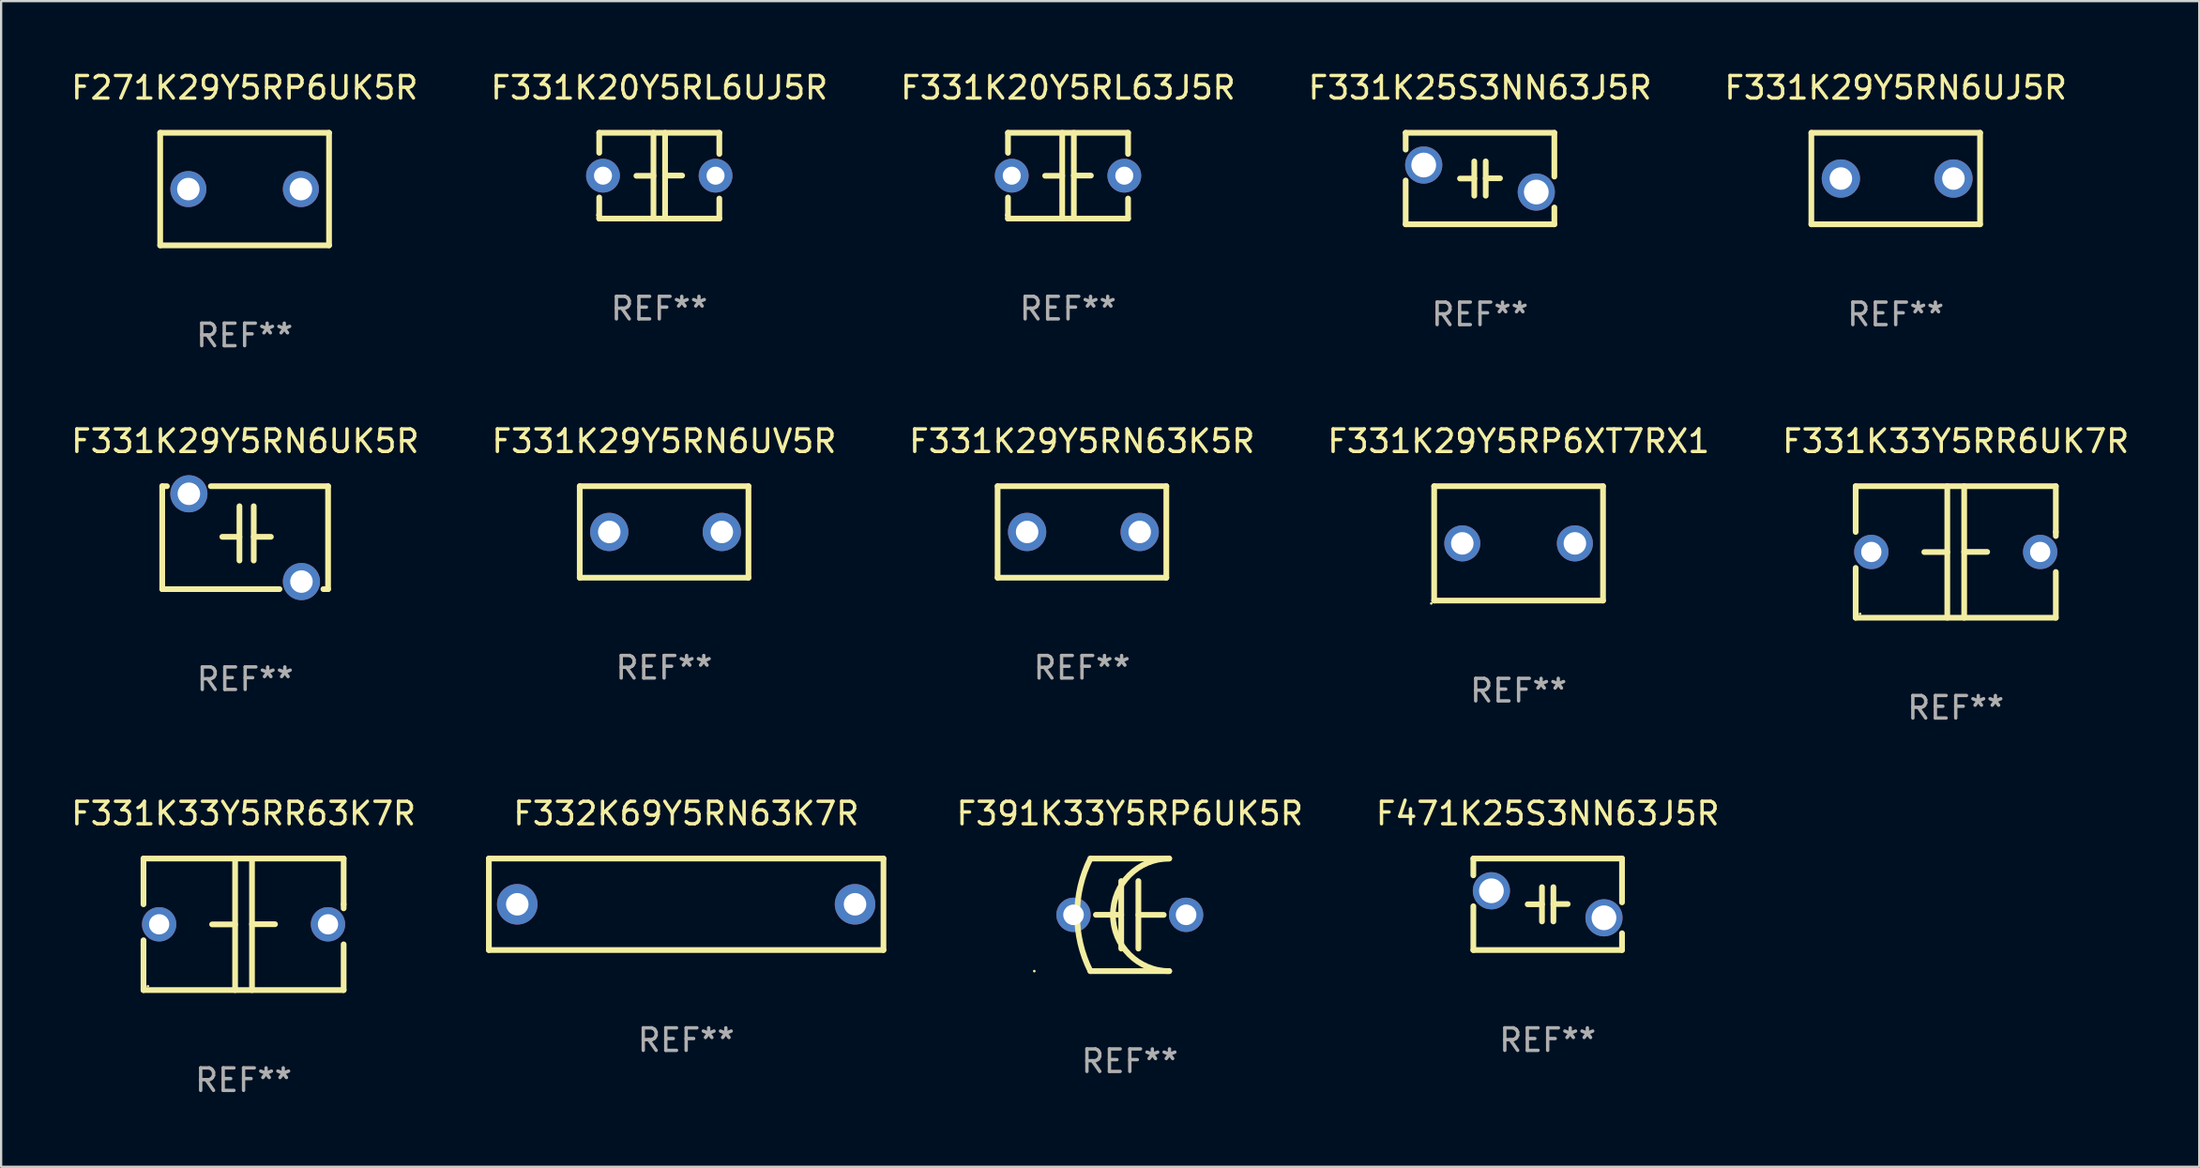
<source format=kicad_pcb>
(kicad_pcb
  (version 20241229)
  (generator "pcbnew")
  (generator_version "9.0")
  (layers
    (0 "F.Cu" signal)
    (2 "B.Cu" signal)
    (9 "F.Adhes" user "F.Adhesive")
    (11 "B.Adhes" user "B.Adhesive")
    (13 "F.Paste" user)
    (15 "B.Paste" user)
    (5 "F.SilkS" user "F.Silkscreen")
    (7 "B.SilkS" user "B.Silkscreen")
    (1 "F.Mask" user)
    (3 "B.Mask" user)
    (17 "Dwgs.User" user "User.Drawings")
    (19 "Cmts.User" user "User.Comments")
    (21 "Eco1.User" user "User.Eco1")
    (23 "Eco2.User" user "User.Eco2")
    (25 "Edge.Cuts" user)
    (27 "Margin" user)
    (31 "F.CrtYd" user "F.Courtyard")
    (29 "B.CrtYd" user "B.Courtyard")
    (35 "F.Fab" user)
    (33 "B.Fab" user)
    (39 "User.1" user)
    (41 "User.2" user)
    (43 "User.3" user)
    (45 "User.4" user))
  (footprint "F391K33Y5RP6UK5R"
    (layer "F.Cu")
    (at 47.131 37.583)
    (property "Reference" "F391K33Y5RP6UK5R" (at 0 -4.5 0) (layer "F.SilkS") (effects (font (size 1 1) (thickness 0.15))))
    (attr through_hole)
    (fp_line (start -1.75 -2.5) (end 1.75 -2.5) (stroke (width 0.254) (type solid)) (layer "F.SilkS"))
    (fp_line (start -0.381 -1.5) (end -0.381 1.5) (stroke (width 0.254) (type solid)) (layer "F.SilkS"))
    (fp_line (start -0.381 -0.001) (end -1.507 -0.001) (stroke (width 0.254) (type solid)) (layer "F.SilkS"))
    (fp_line (start 0.381 0.001) (end 1.507 0.001) (stroke (width 0.254) (type solid)) (layer "F.SilkS"))
    (fp_line (start 0.381 1.5) (end 0.381 -1.5) (stroke (width 0.254) (type solid)) (layer "F.SilkS"))
    (fp_line (start 1.75 2.5) (end -1.75 2.5) (stroke (width 0.254) (type solid)) (layer "F.SilkS"))
    (fp_arc (start -1.750191 2.499365) (mid -2.340267 -0.000324) (end -1.75014 -2.5) (stroke (width 0.254001) (type solid)) (layer "F.SilkS"))
    (fp_arc (start 1.749886 2.5) (mid -0.749733 0.000293) (end 1.749936 -2.499364) (stroke (width 0.254001) (type solid)) (layer "F.SilkS"))
    (fp_circle (center -4.242 2.5) (end -4.212 2.5) (stroke (width 0.06) (type solid)) (fill no) (layer "F.SilkS"))
    (fp_text user "REF**" (at 0 6.5 0) (layer "F.Fab") (effects (font (size 1 1) (thickness 0.15))))
    (pad "1" thru_hole circle (at -2.5 0) (size 1.524 1.524) (drill 0.914) (layers "*.Cu" "*.Mask"))
    (pad "2" thru_hole circle (at 2.5 0) (size 1.524 1.524) (drill 0.914) (layers "*.Cu" "*.Mask")))
  (footprint "F331K29Y5RN6UJ5R"
    (layer "F.Cu")
    (at 81.149 4.88)
    (property "Reference" "F331K29Y5RN6UJ5R" (at 0 -4.032 0) (layer "F.SilkS") (effects (font (size 1 1) (thickness 0.15))))
    (attr through_hole)
    (fp_line (start -3.747 -2.032) (end -3.747 2.032) (stroke (width 0.254) (type solid)) (layer "F.SilkS"))
    (fp_line (start -3.747 2.032) (end 3.747 2.032) (stroke (width 0.254) (type solid)) (layer "F.SilkS"))
    (fp_line (start 3.747 -2.032) (end -3.747 -2.032) (stroke (width 0.254) (type solid)) (layer "F.SilkS"))
    (fp_line (start 3.747 2.032) (end 3.747 -2.032) (stroke (width 0.254) (type solid)) (layer "F.SilkS"))
    (fp_circle (center -3.687 2) (end -3.657 2) (stroke (width 0.06) (type solid)) (fill no) (layer "F.SilkS"))
    (fp_text user "REF**" (at 0 6.032 0) (layer "F.Fab") (effects (font (size 1 1) (thickness 0.15))))
    (pad "1" thru_hole circle (at -2.436 0) (size 1.7 1.7) (drill 1) (layers "*.Cu" "*.Mask"))
    (pad "2" thru_hole circle (at 2.564 0) (size 1.7 1.7) (drill 1) (layers "*.Cu" "*.Mask")))
  (footprint "F332K69Y5RN63K7R"
    (layer "F.Cu")
    (at 27.426 37.115)
    (property "Reference" "F332K69Y5RN63K7R" (at 0 -4.032 0) (layer "F.SilkS") (effects (font (size 1 1) (thickness 0.15))))
    (attr through_hole)
    (fp_line (start -8.763 -2.032) (end 8.763 -2.032) (stroke (width 0.254) (type solid)) (layer "F.SilkS"))
    (fp_line (start -8.763 2.032) (end -8.763 -2.032) (stroke (width 0.254) (type solid)) (layer "F.SilkS"))
    (fp_line (start 8.763 -2.032) (end 8.763 2.032) (stroke (width 0.254) (type solid)) (layer "F.SilkS"))
    (fp_line (start 8.763 2.032) (end -8.763 2.032) (stroke (width 0.254) (type solid)) (layer "F.SilkS"))
    (fp_circle (center -8.75 2) (end -8.72 2) (stroke (width 0.06) (type solid)) (fill no) (layer "F.SilkS"))
    (fp_text user "REF**" (at 0 6.032 0) (layer "F.Fab") (effects (font (size 1 1) (thickness 0.15))))
    (pad "1" thru_hole circle (at -7.501 0) (size 1.8 1.8) (drill 1) (layers "*.Cu" "*.Mask"))
    (pad "2" thru_hole circle (at 7.501 0) (size 1.8 1.8) (drill 1) (layers "*.Cu" "*.Mask")))
  (footprint "F331K20Y5RL63J5R"
    (layer "F.Cu")
    (at 44.387 4.753)
    (property "Reference" "F331K20Y5RL63J5R" (at 0 -3.905 0) (layer "F.SilkS") (effects (font (size 1 1) (thickness 0.15))))
    (attr through_hole)
    (fp_line (start -2.667 -1.905) (end -2.667 -1.016) (stroke (width 0.254) (type solid)) (layer "F.SilkS"))
    (fp_line (start -2.667 0.967) (end -2.667 1.905) (stroke (width 0.254) (type solid)) (layer "F.SilkS"))
    (fp_line (start -2.667 1.905) (end 2.667 1.905) (stroke (width 0.254) (type solid)) (layer "F.SilkS"))
    (fp_line (start -0.258 0.005) (end -1.016 0.005) (stroke (width 0.254) (type solid)) (layer "F.SilkS"))
    (fp_line (start -0.258 1.905) (end -0.258 -1.905) (stroke (width 0.254) (type solid)) (layer "F.SilkS"))
    (fp_line (start 0.258 -1.905) (end 0.258 1.905) (stroke (width 0.254) (type solid)) (layer "F.SilkS"))
    (fp_line (start 0.258 -0.005) (end 1.016 -0.005) (stroke (width 0.254) (type solid)) (layer "F.SilkS"))
    (fp_line (start 2.667 -1.905) (end -2.667 -1.905) (stroke (width 0.254) (type solid)) (layer "F.SilkS"))
    (fp_line (start 2.667 -0.967) (end 2.667 -1.905) (stroke (width 0.254) (type solid)) (layer "F.SilkS"))
    (fp_line (start 2.667 1.905) (end 2.667 1.016) (stroke (width 0.254) (type solid)) (layer "F.SilkS"))
    (fp_circle (center -2.75 1.75) (end -2.72 1.75) (stroke (width 0.06) (type solid)) (fill no) (layer "F.SilkS"))
    (fp_text user "REF**" (at 0 5.905 0) (layer "F.Fab") (effects (font (size 1 1) (thickness 0.15))))
    (pad "1" thru_hole circle (at -2.5 0) (size 1.5 1.5) (drill 0.8) (layers "*.Cu" "*.Mask"))
    (pad "2" thru_hole circle (at 2.5 0) (size 1.5 1.5) (drill 0.8) (layers "*.Cu" "*.Mask")))
  (footprint "F331K33Y5RR63K7R"
    (layer "F.Cu")
    (at 7.768 38.004)
    (property "Reference" "F331K33Y5RR63K7R" (at 0 -4.921 0) (layer "F.SilkS") (effects (font (size 1 1) (thickness 0.15))))
    (attr through_hole)
    (fp_line (start -4.445 -2.921) (end 4.445 -2.921) (stroke (width 0.254) (type solid)) (layer "F.SilkS"))
    (fp_line (start -4.445 -0.889) (end -4.445 -2.921) (stroke (width 0.254) (type solid)) (layer "F.SilkS"))
    (fp_line (start -4.445 0.889) (end -4.445 0.708) (stroke (width 0.254) (type solid)) (layer "F.SilkS"))
    (fp_line (start -4.445 2.921) (end -4.445 0.889) (stroke (width 0.254) (type solid)) (layer "F.SilkS"))
    (fp_line (start -0.375 0.004) (end -1.397 0.004) (stroke (width 0.254) (type solid)) (layer "F.SilkS"))
    (fp_line (start -0.375 2.921) (end -0.375 -2.921) (stroke (width 0.254) (type solid)) (layer "F.SilkS"))
    (fp_line (start 0.375 -2.921) (end 0.375 2.921) (stroke (width 0.254) (type solid)) (layer "F.SilkS"))
    (fp_line (start 0.375 -0.004) (end 1.397 -0.004) (stroke (width 0.254) (type solid)) (layer "F.SilkS"))
    (fp_line (start 4.445 -2.921) (end 4.445 -0.889) (stroke (width 0.254) (type solid)) (layer "F.SilkS"))
    (fp_line (start 4.445 -0.889) (end 4.445 -0.708) (stroke (width 0.254) (type solid)) (layer "F.SilkS"))
    (fp_line (start 4.445 0.889) (end 4.445 2.921) (stroke (width 0.254) (type solid)) (layer "F.SilkS"))
    (fp_line (start 4.445 2.921) (end -4.445 2.921) (stroke (width 0.254) (type solid)) (layer "F.SilkS"))
    (fp_circle (center -4.25 2.75) (end -4.22 2.75) (stroke (width 0.06) (type solid)) (fill no) (layer "F.SilkS"))
    (fp_text user "REF**" (at 0 6.921 0) (layer "F.Fab") (effects (font (size 1 1) (thickness 0.15))))
    (pad "1" thru_hole circle (at -3.75 0) (size 1.524 1.524) (drill 0.9) (layers "*.Cu" "*.Mask"))
    (pad "2" thru_hole circle (at 3.75 0) (size 1.524 1.524) (drill 0.9) (layers "*.Cu" "*.Mask")))
  (footprint "F331K29Y5RN6UV5R"
    (layer "F.Cu")
    (at 26.446 20.577)
    (property "Reference" "F331K29Y5RN6UV5R" (at 0 -4.032 0) (layer "F.SilkS") (effects (font (size 1 1) (thickness 0.15))))
    (attr through_hole)
    (fp_line (start -3.747 -2.032) (end -3.747 2.032) (stroke (width 0.254) (type solid)) (layer "F.SilkS"))
    (fp_line (start -3.747 2.032) (end 3.747 2.032) (stroke (width 0.254) (type solid)) (layer "F.SilkS"))
    (fp_line (start 3.747 -2.032) (end -3.747 -2.032) (stroke (width 0.254) (type solid)) (layer "F.SilkS"))
    (fp_line (start 3.747 2.032) (end 3.747 -2.032) (stroke (width 0.254) (type solid)) (layer "F.SilkS"))
    (fp_circle (center -3.687 2) (end -3.657 2) (stroke (width 0.06) (type solid)) (fill no) (layer "F.SilkS"))
    (fp_text user "REF**" (at 0 6.032 0) (layer "F.Fab") (effects (font (size 1 1) (thickness 0.15))))
    (pad "1" thru_hole circle (at -2.436 0) (size 1.7 1.7) (drill 1) (layers "*.Cu" "*.Mask"))
    (pad "2" thru_hole circle (at 2.564 0) (size 1.7 1.7) (drill 1) (layers "*.Cu" "*.Mask")))
  (footprint "F331K25S3NN63J5R"
    (layer "F.Cu")
    (at 62.685 4.88)
    (property "Reference" "F331K25S3NN63J5R" (at 0 -4.032 0) (layer "F.SilkS") (effects (font (size 1 1) (thickness 0.15))))
    (attr through_hole)
    (fp_line (start -3.302 -2.032) (end 3.302 -2.032) (stroke (width 0.254) (type solid)) (layer "F.SilkS"))
    (fp_line (start -3.302 -1.286) (end -3.302 -2.032) (stroke (width 0.254) (type solid)) (layer "F.SilkS"))
    (fp_line (start -3.302 2.032) (end -3.302 0.086) (stroke (width 0.254) (type solid)) (layer "F.SilkS"))
    (fp_line (start -0.889 0) (end -0.254 0) (stroke (width 0.254) (type solid)) (layer "F.SilkS"))
    (fp_line (start -0.254 0.762) (end -0.254 -0.762) (stroke (width 0.254) (type solid)) (layer "F.SilkS"))
    (fp_line (start 0.254 -0.011) (end 0.889 -0.011) (stroke (width 0.254) (type solid)) (layer "F.SilkS"))
    (fp_line (start 0.254 0.762) (end 0.254 -0.762) (stroke (width 0.254) (type solid)) (layer "F.SilkS"))
    (fp_line (start 3.302 -2.032) (end 3.302 -0.086) (stroke (width 0.254) (type solid)) (layer "F.SilkS"))
    (fp_line (start 3.302 1.286) (end 3.302 2.032) (stroke (width 0.254) (type solid)) (layer "F.SilkS"))
    (fp_line (start 3.302 2.032) (end -3.302 2.032) (stroke (width 0.254) (type solid)) (layer "F.SilkS"))
    (fp_circle (center -3.25 -2) (end -3.22 -2) (stroke (width 0.06) (type solid)) (fill no) (layer "F.SilkS"))
    (fp_text user "REF**" (at 0 6.032 0) (layer "F.Fab") (effects (font (size 1 1) (thickness 0.15))))
    (pad "1" thru_hole circle (at -2.5 -0.6) (size 1.65 1.65) (drill 1.1) (layers "*.Cu" "*.Mask"))
    (pad "2" thru_hole circle (at 2.5 0.6) (size 1.65 1.65) (drill 1.1) (layers "*.Cu" "*.Mask")))
  (footprint "F331K20Y5RL6UJ5R"
    (layer "F.Cu")
    (at 26.232 4.753)
    (property "Reference" "F331K20Y5RL6UJ5R" (at 0 -3.905 0) (layer "F.SilkS") (effects (font (size 1 1) (thickness 0.15))))
    (attr through_hole)
    (fp_line (start -2.667 -1.905) (end -2.667 -1.016) (stroke (width 0.254) (type solid)) (layer "F.SilkS"))
    (fp_line (start -2.667 0.967) (end -2.667 1.905) (stroke (width 0.254) (type solid)) (layer "F.SilkS"))
    (fp_line (start -2.667 1.905) (end 2.667 1.905) (stroke (width 0.254) (type solid)) (layer "F.SilkS"))
    (fp_line (start -0.258 0.005) (end -1.016 0.005) (stroke (width 0.254) (type solid)) (layer "F.SilkS"))
    (fp_line (start -0.258 1.905) (end -0.258 -1.905) (stroke (width 0.254) (type solid)) (layer "F.SilkS"))
    (fp_line (start 0.258 -1.905) (end 0.258 1.905) (stroke (width 0.254) (type solid)) (layer "F.SilkS"))
    (fp_line (start 0.258 -0.005) (end 1.016 -0.005) (stroke (width 0.254) (type solid)) (layer "F.SilkS"))
    (fp_line (start 2.667 -1.905) (end -2.667 -1.905) (stroke (width 0.254) (type solid)) (layer "F.SilkS"))
    (fp_line (start 2.667 -0.967) (end 2.667 -1.905) (stroke (width 0.254) (type solid)) (layer "F.SilkS"))
    (fp_line (start 2.667 1.905) (end 2.667 1.016) (stroke (width 0.254) (type solid)) (layer "F.SilkS"))
    (fp_circle (center -2.75 1.75) (end -2.72 1.75) (stroke (width 0.06) (type solid)) (fill no) (layer "F.SilkS"))
    (fp_text user "REF**" (at 0 5.905 0) (layer "F.Fab") (effects (font (size 1 1) (thickness 0.15))))
    (pad "1" thru_hole circle (at -2.5 0) (size 1.5 1.5) (drill 0.8) (layers "*.Cu" "*.Mask"))
    (pad "2" thru_hole circle (at 2.5 0) (size 1.5 1.5) (drill 0.8) (layers "*.Cu" "*.Mask")))
  (footprint "F331K29Y5RP6XT7RX1"
    (layer "F.Cu")
    (at 64.399 21.085)
    (property "Reference" "F331K29Y5RP6XT7RX1" (at 0 -4.54 0) (layer "F.SilkS") (effects (font (size 1 1) (thickness 0.15))))
    (attr through_hole)
    (fp_line (start -3.75 -2.54) (end 3.75 -2.54) (stroke (width 0.254) (type solid)) (layer "F.SilkS"))
    (fp_line (start -3.75 2.54) (end -3.75 -2.54) (stroke (width 0.254) (type solid)) (layer "F.SilkS"))
    (fp_line (start 3.75 -2.54) (end 3.75 2.54) (stroke (width 0.254) (type solid)) (layer "F.SilkS"))
    (fp_line (start 3.75 2.54) (end -3.75 2.54) (stroke (width 0.254) (type solid)) (layer "F.SilkS"))
    (fp_circle (center -3.877 2.667) (end -3.847 2.667) (stroke (width 0.06) (type solid)) (fill no) (layer "F.SilkS"))
    (fp_text user "REF**" (at 0 6.54 0) (layer "F.Fab") (effects (font (size 1 1) (thickness 0.15))))
    (pad "1" thru_hole circle (at -2.5 0) (size 1.6 1.6) (drill 1) (layers "*.Cu" "*.Mask"))
    (pad "2" thru_hole circle (at 2.5 0) (size 1.6 1.6) (drill 1) (layers "*.Cu" "*.Mask")))
  (footprint "F471K25S3NN63J5R"
    (layer "F.Cu")
    (at 65.691 37.115)
    (property "Reference" "F471K25S3NN63J5R" (at 0 -4.032 0) (layer "F.SilkS") (effects (font (size 1 1) (thickness 0.15))))
    (attr through_hole)
    (fp_line (start -3.302 -2.032) (end 3.302 -2.032) (stroke (width 0.254) (type solid)) (layer "F.SilkS"))
    (fp_line (start -3.302 -1.286) (end -3.302 -2.032) (stroke (width 0.254) (type solid)) (layer "F.SilkS"))
    (fp_line (start -3.302 2.032) (end -3.302 0.086) (stroke (width 0.254) (type solid)) (layer "F.SilkS"))
    (fp_line (start -0.889 0) (end -0.254 0) (stroke (width 0.254) (type solid)) (layer "F.SilkS"))
    (fp_line (start -0.254 0.762) (end -0.254 -0.762) (stroke (width 0.254) (type solid)) (layer "F.SilkS"))
    (fp_line (start 0.254 -0.011) (end 0.889 -0.011) (stroke (width 0.254) (type solid)) (layer "F.SilkS"))
    (fp_line (start 0.254 0.762) (end 0.254 -0.762) (stroke (width 0.254) (type solid)) (layer "F.SilkS"))
    (fp_line (start 3.302 -2.032) (end 3.302 -0.086) (stroke (width 0.254) (type solid)) (layer "F.SilkS"))
    (fp_line (start 3.302 1.286) (end 3.302 2.032) (stroke (width 0.254) (type solid)) (layer "F.SilkS"))
    (fp_line (start 3.302 2.032) (end -3.302 2.032) (stroke (width 0.254) (type solid)) (layer "F.SilkS"))
    (fp_circle (center -3.25 -2) (end -3.22 -2) (stroke (width 0.06) (type solid)) (fill no) (layer "F.SilkS"))
    (fp_text user "REF**" (at 0 6.032 0) (layer "F.Fab") (effects (font (size 1 1) (thickness 0.15))))
    (pad "1" thru_hole circle (at -2.5 -0.6) (size 1.65 1.65) (drill 1.1) (layers "*.Cu" "*.Mask"))
    (pad "2" thru_hole circle (at 2.5 0.6) (size 1.65 1.65) (drill 1.1) (layers "*.Cu" "*.Mask")))
  (footprint "F331K29Y5RN63K5R"
    (layer "F.Cu")
    (at 45.006 20.577)
    (property "Reference" "F331K29Y5RN63K5R" (at 0 -4.032 0) (layer "F.SilkS") (effects (font (size 1 1) (thickness 0.15))))
    (attr through_hole)
    (fp_line (start -3.747 -2.032) (end -3.747 2.032) (stroke (width 0.254) (type solid)) (layer "F.SilkS"))
    (fp_line (start -3.747 2.032) (end 3.747 2.032) (stroke (width 0.254) (type solid)) (layer "F.SilkS"))
    (fp_line (start 3.747 -2.032) (end -3.747 -2.032) (stroke (width 0.254) (type solid)) (layer "F.SilkS"))
    (fp_line (start 3.747 2.032) (end 3.747 -2.032) (stroke (width 0.254) (type solid)) (layer "F.SilkS"))
    (fp_circle (center -3.687 2) (end -3.657 2) (stroke (width 0.06) (type solid)) (fill no) (layer "F.SilkS"))
    (fp_text user "REF**" (at 0 6.032 0) (layer "F.Fab") (effects (font (size 1 1) (thickness 0.15))))
    (pad "1" thru_hole circle (at -2.436 0) (size 1.7 1.7) (drill 1) (layers "*.Cu" "*.Mask"))
    (pad "2" thru_hole circle (at 2.564 0) (size 1.7 1.7) (drill 1) (layers "*.Cu" "*.Mask")))
  (footprint "F331K33Y5RR6UK7R"
    (layer "F.Cu")
    (at 83.815 21.466)
    (property "Reference" "F331K33Y5RR6UK7R" (at 0 -4.921 0) (layer "F.SilkS") (effects (font (size 1 1) (thickness 0.15))))
    (attr through_hole)
    (fp_line (start -4.445 -2.921) (end 4.445 -2.921) (stroke (width 0.254) (type solid)) (layer "F.SilkS"))
    (fp_line (start -4.445 -0.889) (end -4.445 -2.921) (stroke (width 0.254) (type solid)) (layer "F.SilkS"))
    (fp_line (start -4.445 0.889) (end -4.445 0.708) (stroke (width 0.254) (type solid)) (layer "F.SilkS"))
    (fp_line (start -4.445 2.921) (end -4.445 0.889) (stroke (width 0.254) (type solid)) (layer "F.SilkS"))
    (fp_line (start -0.375 0.004) (end -1.397 0.004) (stroke (width 0.254) (type solid)) (layer "F.SilkS"))
    (fp_line (start -0.375 2.921) (end -0.375 -2.921) (stroke (width 0.254) (type solid)) (layer "F.SilkS"))
    (fp_line (start 0.375 -2.921) (end 0.375 2.921) (stroke (width 0.254) (type solid)) (layer "F.SilkS"))
    (fp_line (start 0.375 -0.004) (end 1.397 -0.004) (stroke (width 0.254) (type solid)) (layer "F.SilkS"))
    (fp_line (start 4.445 -2.921) (end 4.445 -0.889) (stroke (width 0.254) (type solid)) (layer "F.SilkS"))
    (fp_line (start 4.445 -0.889) (end 4.445 -0.708) (stroke (width 0.254) (type solid)) (layer "F.SilkS"))
    (fp_line (start 4.445 0.889) (end 4.445 2.921) (stroke (width 0.254) (type solid)) (layer "F.SilkS"))
    (fp_line (start 4.445 2.921) (end -4.445 2.921) (stroke (width 0.254) (type solid)) (layer "F.SilkS"))
    (fp_circle (center -4.25 2.75) (end -4.22 2.75) (stroke (width 0.06) (type solid)) (fill no) (layer "F.SilkS"))
    (fp_text user "REF**" (at 0 6.921 0) (layer "F.Fab") (effects (font (size 1 1) (thickness 0.15))))
    (pad "1" thru_hole circle (at -3.75 0) (size 1.524 1.524) (drill 0.9) (layers "*.Cu" "*.Mask"))
    (pad "2" thru_hole circle (at 3.75 0) (size 1.524 1.524) (drill 0.9) (layers "*.Cu" "*.Mask")))
  (footprint "F271K29Y5RP6UK5R"
    (layer "F.Cu")
    (at 7.815 5.348)
    (property "Reference" "F271K29Y5RP6UK5R" (at 0 -4.5 0) (layer "F.SilkS") (effects (font (size 1 1) (thickness 0.15))))
    (attr through_hole)
    (fp_line (start -3.75 -2.5) (end -3.75 2.5) (stroke (width 0.254) (type solid)) (layer "F.SilkS"))
    (fp_line (start -3.75 -2.5) (end 3.75 -2.5) (stroke (width 0.254) (type solid)) (layer "F.SilkS"))
    (fp_line (start -3.75 2.5) (end 3.75 2.5) (stroke (width 0.254) (type solid)) (layer "F.SilkS"))
    (fp_line (start 3.75 -2.5) (end 3.75 2.5) (stroke (width 0.254) (type solid)) (layer "F.SilkS"))
    (fp_circle (center -3.75 2.5) (end -3.72 2.5) (stroke (width 0.06) (type solid)) (fill no) (layer "F.SilkS"))
    (fp_text user "REF**" (at 0 6.5 0) (layer "F.Fab") (effects (font (size 1 1) (thickness 0.15))))
    (pad "1" thru_hole circle (at -2.499 0) (size 1.6 1.6) (drill 1) (layers "*.Cu" "*.Mask"))
    (pad "2" thru_hole circle (at 2.499 0) (size 1.6 1.6) (drill 1) (layers "*.Cu" "*.Mask")))
  (footprint "F331K29Y5RN6UK5R"
    (layer "F.Cu")
    (at 7.839 20.831)
    (property "Reference" "F331K29Y5RN6UK5R" (at 0 -4.286 0) (layer "F.SilkS") (effects (font (size 1 1) (thickness 0.15))))
    (attr through_hole)
    (fp_line (start -3.683 -2.286) (end -3.475 -2.286) (stroke (width 0.254) (type solid)) (layer "F.SilkS"))
    (fp_line (start -3.683 2.286) (end -3.683 -2.286) (stroke (width 0.254) (type solid)) (layer "F.SilkS"))
    (fp_line (start -1.525 -2.286) (end 3.683 -2.286) (stroke (width 0.254) (type solid)) (layer "F.SilkS"))
    (fp_line (start -0.254 -0.038) (end -1.016 -0.038) (stroke (width 0.254) (type solid)) (layer "F.SilkS"))
    (fp_line (start -0.254 1.016) (end -0.254 -1.397) (stroke (width 0.254) (type solid)) (layer "F.SilkS"))
    (fp_line (start 0.381 -0.038) (end 1.143 -0.038) (stroke (width 0.254) (type solid)) (layer "F.SilkS"))
    (fp_line (start 0.381 1.016) (end 0.381 -1.397) (stroke (width 0.254) (type solid)) (layer "F.SilkS"))
    (fp_line (start 1.525 2.286) (end -3.683 2.286) (stroke (width 0.254) (type solid)) (layer "F.SilkS"))
    (fp_line (start 3.683 -2.286) (end 3.683 2.286) (stroke (width 0.254) (type solid)) (layer "F.SilkS"))
    (fp_line (start 3.683 2.286) (end 3.475 2.286) (stroke (width 0.254) (type solid)) (layer "F.SilkS"))
    (fp_circle (center -3.75 -2.25) (end -3.72 -2.25) (stroke (width 0.06) (type solid)) (fill no) (layer "F.SilkS"))
    (fp_text user "REF**" (at 0 6.286 0) (layer "F.Fab") (effects (font (size 1 1) (thickness 0.15))))
    (pad "1" thru_hole circle (at -2.5 -1.95) (size 1.65 1.65) (drill 1) (layers "*.Cu" "*.Mask"))
    (pad "2" thru_hole circle (at 2.5 1.95) (size 1.65 1.65) (drill 1) (layers "*.Cu" "*.Mask")))
  (gr_rect
    (start -3 -3)
    (end 94.631 48.774)
    (stroke (width 0.1) (type default))
    (fill no)
    (layer "Edge.Cuts")))
</source>
